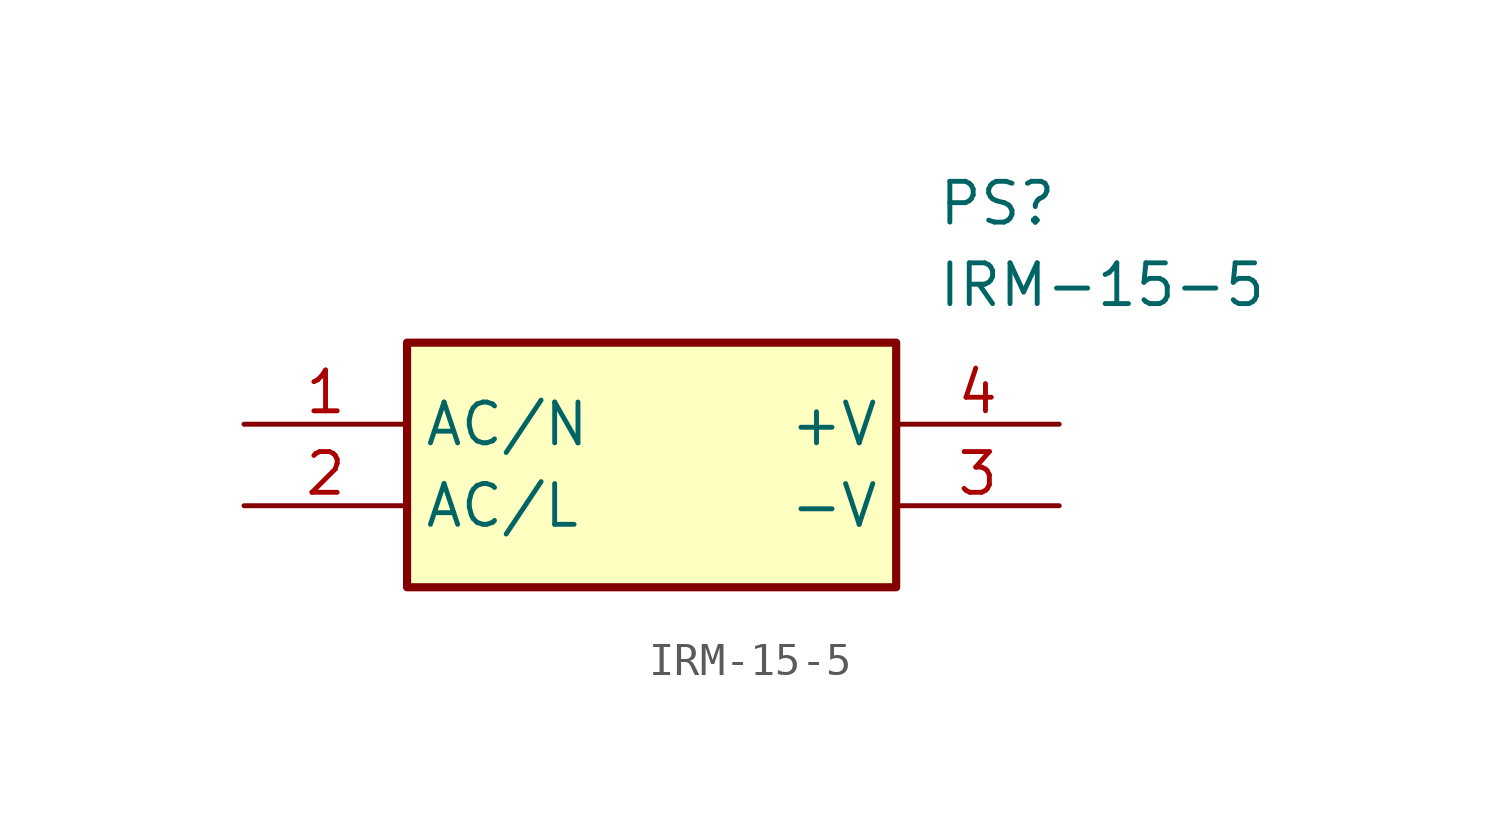
<source format=kicad_sym>
(kicad_symbol_lib
  (version 20211014)
  (generator SamacSys_ECAD_Model)
  (symbol "IRM-15-5"
    (property "Reference" "PS"
      (at 21.59 7.62 0)
      (effects (font (size 1.27 1.27)) (justify left top)))
    (property "Value" "IRM-15-5"
      (at 21.59 5.08 0)
      (effects (font (size 1.27 1.27)) (justify left top)))
    (rectangle
      (start 5.08 2.54)
      (end 20.32 -5.08)
      (stroke (width 0.254) (type default))
      (fill (type background)))
    (pin passive line
      (at 0 0 0)
      (length 5.08)
      (name "AC/N" (effects (font (size 1.27 1.27))))
      (number "1" (effects (font (size 1.27 1.27)))))
    (pin passive line
      (at 0 -2.54 0)
      (length 5.08)
      (name "AC/L" (effects (font (size 1.27 1.27))))
      (number "2" (effects (font (size 1.27 1.27)))))
    (pin passive line
      (at 25.4 -2.54 180)
      (length 5.08)
      (name "-V" (effects (font (size 1.27 1.27))))
      (number "3" (effects (font (size 1.27 1.27)))))
    (pin passive line
      (at 25.4 0 180)
      (length 5.08)
      (name "+V" (effects (font (size 1.27 1.27))))
      (number "4" (effects (font (size 1.27 1.27)))))))
</source>
